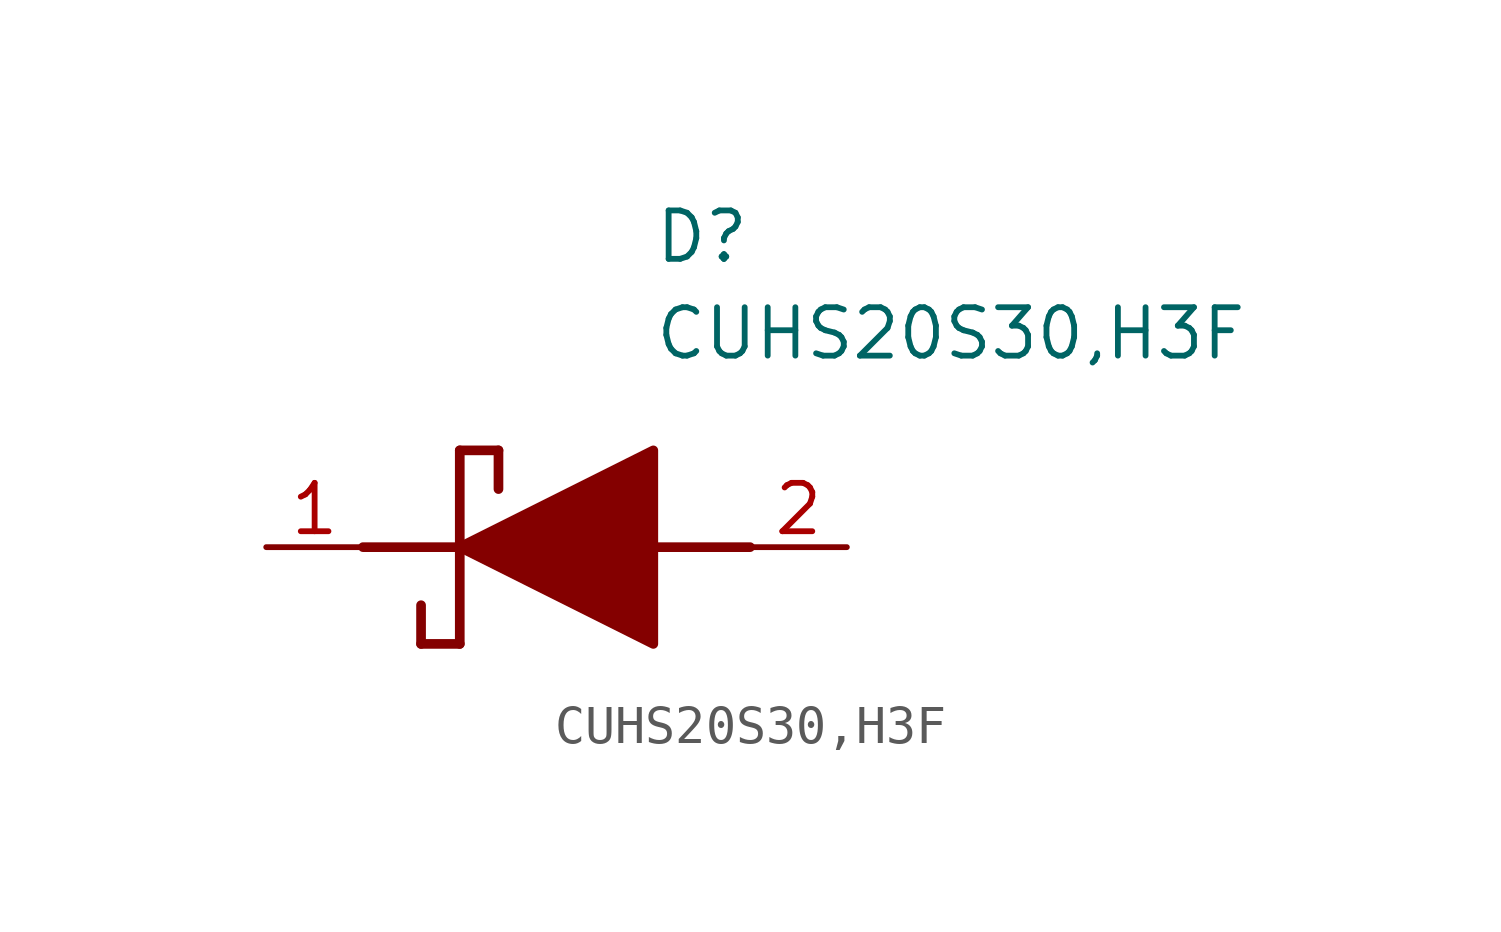
<source format=kicad_sym>
(kicad_symbol_lib
  (version 20211014)
  (generator SamacSys_ECAD_Model)
  (symbol "CUHS20S30,H3F"
    (pin_names hide)
    (property "Reference" "D"
      (at 12.7 8.89 0)
      (effects (font (size 1.27 1.27)) (justify left top)))
    (property "Value" "CUHS20S30,H3F"
      (at 12.7 6.35 0)
      (effects (font (size 1.27 1.27)) (justify left top)))
    (polyline
      (pts (xy 7.62 2.54) (xy 7.62 -2.54))
      (stroke (width 0.254) (type default))
      (fill (type none)))
    (polyline
      (pts (xy 7.62 2.54) (xy 8.636 2.54))
      (stroke (width 0.254) (type default))
      (fill (type none)))
    (polyline
      (pts (xy 8.636 1.524) (xy 8.636 2.54))
      (stroke (width 0.254) (type default))
      (fill (type none)))
    (polyline
      (pts (xy 7.62 -2.54) (xy 6.604 -2.54))
      (stroke (width 0.254) (type default))
      (fill (type none)))
    (polyline
      (pts (xy 6.604 -1.524) (xy 6.604 -2.54))
      (stroke (width 0.254) (type default))
      (fill (type none)))
    (polyline
      (pts (xy 5.08 0) (xy 7.62 0))
      (stroke (width 0.254) (type default))
      (fill (type none)))
    (polyline
      (pts (xy 12.7 0) (xy 15.24 0))
      (stroke (width 0.254) (type default))
      (fill (type none)))
    (polyline
      (pts (xy 7.62 0) (xy 12.7 2.54) (xy 12.7 -2.54) (xy 7.62 0))
      (stroke (width 0.254) (type default))
      (fill (type outline)))
    (pin passive line
      (at 2.54 0 0)
      (length 2.54)
      (name "K" (effects (font (size 1.27 1.27))))
      (number "1" (effects (font (size 1.27 1.27)))))
    (pin passive line
      (at 17.78 0 180)
      (length 2.54)
      (name "A" (effects (font (size 1.27 1.27))))
      (number "2" (effects (font (size 1.27 1.27)))))))
</source>
